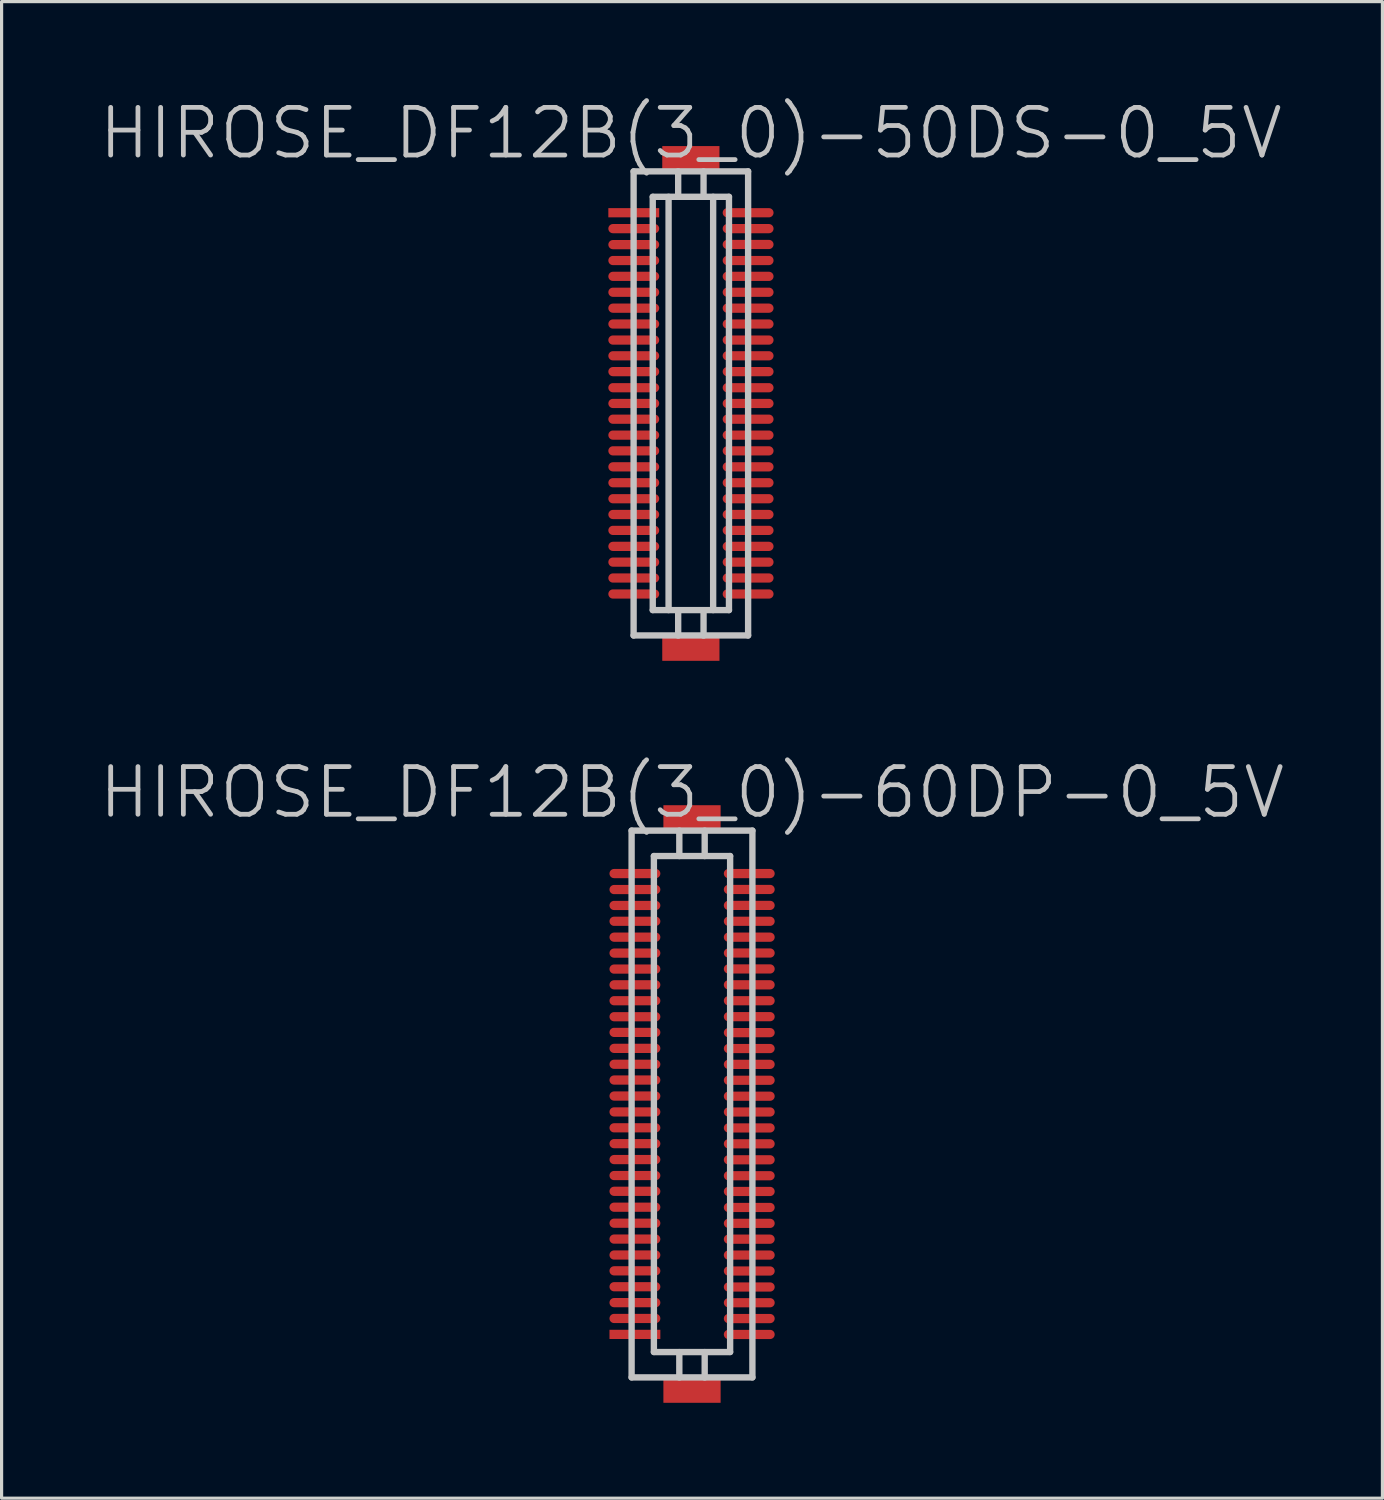
<source format=kicad_pcb>
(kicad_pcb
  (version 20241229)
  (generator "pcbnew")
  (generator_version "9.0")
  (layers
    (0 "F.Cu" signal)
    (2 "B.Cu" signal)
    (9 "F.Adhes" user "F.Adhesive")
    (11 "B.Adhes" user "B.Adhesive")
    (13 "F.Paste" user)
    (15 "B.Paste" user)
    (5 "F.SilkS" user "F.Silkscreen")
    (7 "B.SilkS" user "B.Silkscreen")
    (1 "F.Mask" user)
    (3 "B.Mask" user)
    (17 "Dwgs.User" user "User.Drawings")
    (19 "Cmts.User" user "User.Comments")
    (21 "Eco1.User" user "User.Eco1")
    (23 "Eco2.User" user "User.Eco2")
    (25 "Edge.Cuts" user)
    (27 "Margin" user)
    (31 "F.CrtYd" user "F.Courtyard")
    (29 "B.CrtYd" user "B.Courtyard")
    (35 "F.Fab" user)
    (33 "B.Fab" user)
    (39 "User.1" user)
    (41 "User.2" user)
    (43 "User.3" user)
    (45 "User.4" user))
  (footprint "HIROSE_DF12B(3_0)-60DP-0_5V"
    (layer "F.Cu")
    (at 18.718 31.678)
    (property "Reference" "HIROSE_DF12B(3_0)-60DP-0_5V" (at 0 -9.8 180) (layer "Dwgs.User") (effects (font (size 1.5 1.5) (thickness 0.15))))
    (attr smd)
    (fp_line (start -1.9 -8.6) (end -1.9 8.6) (stroke (width 0.2) (type solid)) (layer "Dwgs.User"))
    (fp_line (start -1.9 8.6) (end 1.9 8.6) (stroke (width 0.2) (type solid)) (layer "Dwgs.User"))
    (fp_line (start -1.199 -7.8) (end 1.199 -7.8) (stroke (width 0.2) (type solid)) (layer "Dwgs.User"))
    (fp_line (start -1.199 7.8) (end -1.199 -7.8) (stroke (width 0.2) (type solid)) (layer "Dwgs.User"))
    (fp_line (start -0.399 -7.8) (end -0.399 -8.6) (stroke (width 0.2) (type solid)) (layer "Dwgs.User"))
    (fp_line (start -0.399 8.603) (end -0.399 7.803) (stroke (width 0.2) (type solid)) (layer "Dwgs.User"))
    (fp_line (start 0.399 -7.8) (end 0.399 -8.6) (stroke (width 0.2) (type solid)) (layer "Dwgs.User"))
    (fp_line (start 0.399 7.803) (end 0.399 8.603) (stroke (width 0.2) (type solid)) (layer "Dwgs.User"))
    (fp_line (start 1.199 -7.8) (end 1.199 7.8) (stroke (width 0.2) (type solid)) (layer "Dwgs.User"))
    (fp_line (start 1.199 7.803) (end -1.199 7.803) (stroke (width 0.2) (type solid)) (layer "Dwgs.User"))
    (fp_line (start 1.9 -8.6) (end -1.9 -8.6) (stroke (width 0.2) (type solid)) (layer "Dwgs.User"))
    (fp_line (start 1.9 8.6) (end 1.9 -8.6) (stroke (width 0.2) (type solid)) (layer "Dwgs.User"))
    (pad "" smd rect (at 0 -8.999 270) (size 0.8 1.8) (layers "F.Cu" "F.Mask" "F.Paste"))
    (pad "" smd rect (at 0 8.999 270) (size 0.8 1.8) (layers "F.Cu" "F.Mask" "F.Paste"))
    (pad "1" smd rect (at -1.796 7.247 270) (size 0.29 1.6) (layers "F.Cu" "F.Mask" "F.Paste"))
    (pad "2" smd oval (at -1.796 6.746 270) (size 0.29 1.6) (layers "F.Cu" "F.Mask" "F.Paste"))
    (pad "3" smd oval (at -1.796 6.248 270) (size 0.29 1.6) (layers "F.Cu" "F.Mask" "F.Paste"))
    (pad "4" smd oval (at -1.796 5.748 270) (size 0.29 1.6) (layers "F.Cu" "F.Mask" "F.Paste"))
    (pad "5" smd oval (at -1.796 5.248 270) (size 0.29 1.6) (layers "F.Cu" "F.Mask" "F.Paste"))
    (pad "6" smd oval (at -1.796 4.75 270) (size 0.29 1.6) (layers "F.Cu" "F.Mask" "F.Paste"))
    (pad "7" smd oval (at -1.796 4.249 270) (size 0.29 1.6) (layers "F.Cu" "F.Mask" "F.Paste"))
    (pad "8" smd oval (at -1.796 3.749 270) (size 0.29 1.6) (layers "F.Cu" "F.Mask" "F.Paste"))
    (pad "9" smd oval (at -1.796 3.246 270) (size 0.29 1.6) (layers "F.Cu" "F.Mask" "F.Paste"))
    (pad "10" smd oval (at -1.796 2.746 270) (size 0.29 1.6) (layers "F.Cu" "F.Mask" "F.Paste"))
    (pad "11" smd oval (at -1.796 2.25 270) (size 0.29 1.6) (layers "F.Cu" "F.Mask" "F.Paste"))
    (pad "12" smd oval (at -1.796 1.748 270) (size 0.29 1.6) (layers "F.Cu" "F.Mask" "F.Paste"))
    (pad "13" smd oval (at -1.796 1.247 270) (size 0.29 1.6) (layers "F.Cu" "F.Mask" "F.Paste"))
    (pad "14" smd oval (at -1.796 0.749 270) (size 0.29 1.6) (layers "F.Cu" "F.Mask" "F.Paste"))
    (pad "15" smd oval (at -1.796 0.249 270) (size 0.29 1.6) (layers "F.Cu" "F.Mask" "F.Paste"))
    (pad "16" smd oval (at -1.796 -0.251 270) (size 0.29 1.6) (layers "F.Cu" "F.Mask" "F.Paste"))
    (pad "17" smd oval (at -1.796 -0.754 270) (size 0.29 1.6) (layers "F.Cu" "F.Mask" "F.Paste"))
    (pad "18" smd oval (at -1.796 -1.25 270) (size 0.29 1.6) (layers "F.Cu" "F.Mask" "F.Paste"))
    (pad "19" smd oval (at -1.796 -1.75 270) (size 0.29 1.6) (layers "F.Cu" "F.Mask" "F.Paste"))
    (pad "20" smd oval (at -1.796 -2.253 270) (size 0.29 1.6) (layers "F.Cu" "F.Mask" "F.Paste"))
    (pad "21" smd oval (at -1.796 -2.746 270) (size 0.29 1.6) (layers "F.Cu" "F.Mask" "F.Paste"))
    (pad "22" smd oval (at -1.796 -3.249 270) (size 0.29 1.6) (layers "F.Cu" "F.Mask" "F.Paste"))
    (pad "23" smd oval (at -1.796 -3.749 270) (size 0.29 1.6) (layers "F.Cu" "F.Mask" "F.Paste"))
    (pad "24" smd oval (at -1.796 -4.244 270) (size 0.29 1.6) (layers "F.Cu" "F.Mask" "F.Paste"))
    (pad "25" smd oval (at -1.796 -4.747 270) (size 0.29 1.6) (layers "F.Cu" "F.Mask" "F.Paste"))
    (pad "26" smd oval (at -1.796 -5.248 270) (size 0.29 1.6) (layers "F.Cu" "F.Mask" "F.Paste"))
    (pad "27" smd oval (at -1.796 -5.748 270) (size 0.29 1.6) (layers "F.Cu" "F.Mask" "F.Paste"))
    (pad "28" smd oval (at -1.796 -6.246 270) (size 0.29 1.6) (layers "F.Cu" "F.Mask" "F.Paste"))
    (pad "29" smd oval (at -1.796 -6.746 270) (size 0.29 1.6) (layers "F.Cu" "F.Mask" "F.Paste"))
    (pad "30" smd oval (at -1.796 -7.249 270) (size 0.29 1.6) (layers "F.Cu" "F.Mask" "F.Paste"))
    (pad "31" smd oval (at 1.801 -7.249 270) (size 0.29 1.6) (layers "F.Cu" "F.Mask" "F.Paste"))
    (pad "32" smd oval (at 1.801 -6.749 270) (size 0.29 1.6) (layers "F.Cu" "F.Mask" "F.Paste"))
    (pad "33" smd oval (at 1.801 -6.248 270) (size 0.29 1.6) (layers "F.Cu" "F.Mask" "F.Paste"))
    (pad "34" smd oval (at 1.801 -5.748 270) (size 0.29 1.6) (layers "F.Cu" "F.Mask" "F.Paste"))
    (pad "35" smd oval (at 1.801 -5.248 270) (size 0.29 1.6) (layers "F.Cu" "F.Mask" "F.Paste"))
    (pad "36" smd oval (at 1.801 -4.75 270) (size 0.29 1.6) (layers "F.Cu" "F.Mask" "F.Paste"))
    (pad "37" smd oval (at 1.801 -4.249 270) (size 0.29 1.6) (layers "F.Cu" "F.Mask" "F.Paste"))
    (pad "38" smd oval (at 1.801 -3.749 270) (size 0.29 1.6) (layers "F.Cu" "F.Mask" "F.Paste"))
    (pad "39" smd oval (at 1.801 -3.249 270) (size 0.29 1.6) (layers "F.Cu" "F.Mask" "F.Paste"))
    (pad "40" smd oval (at 1.801 -2.748 270) (size 0.29 1.6) (layers "F.Cu" "F.Mask" "F.Paste"))
    (pad "41" smd oval (at 1.801 -2.245 270) (size 0.29 1.6) (layers "F.Cu" "F.Mask" "F.Paste"))
    (pad "42" smd oval (at 1.801 -1.745 270) (size 0.29 1.6) (layers "F.Cu" "F.Mask" "F.Paste"))
    (pad "43" smd oval (at 1.801 -1.247 270) (size 0.29 1.6) (layers "F.Cu" "F.Mask" "F.Paste"))
    (pad "44" smd oval (at 1.801 -0.747 270) (size 0.29 1.6) (layers "F.Cu" "F.Mask" "F.Paste"))
    (pad "45" smd oval (at 1.801 -0.246 270) (size 0.29 1.6) (layers "F.Cu" "F.Mask" "F.Paste"))
    (pad "46" smd oval (at 1.801 0.251 270) (size 0.29 1.6) (layers "F.Cu" "F.Mask" "F.Paste"))
    (pad "47" smd oval (at 1.801 0.752 270) (size 0.29 1.6) (layers "F.Cu" "F.Mask" "F.Paste"))
    (pad "48" smd oval (at 1.801 1.252 270) (size 0.29 1.6) (layers "F.Cu" "F.Mask" "F.Paste"))
    (pad "49" smd oval (at 1.801 1.755 270) (size 0.29 1.6) (layers "F.Cu" "F.Mask" "F.Paste"))
    (pad "50" smd oval (at 1.801 2.256 270) (size 0.29 1.6) (layers "F.Cu" "F.Mask" "F.Paste"))
    (pad "51" smd oval (at 1.801 2.751 270) (size 0.29 1.6) (layers "F.Cu" "F.Mask" "F.Paste"))
    (pad "52" smd oval (at 1.801 3.254 270) (size 0.29 1.6) (layers "F.Cu" "F.Mask" "F.Paste"))
    (pad "53" smd oval (at 1.801 3.754 270) (size 0.29 1.6) (layers "F.Cu" "F.Mask" "F.Paste"))
    (pad "54" smd oval (at 1.801 4.252 270) (size 0.29 1.6) (layers "F.Cu" "F.Mask" "F.Paste"))
    (pad "55" smd oval (at 1.801 4.752 270) (size 0.29 1.6) (layers "F.Cu" "F.Mask" "F.Paste"))
    (pad "56" smd oval (at 1.801 5.253 270) (size 0.29 1.6) (layers "F.Cu" "F.Mask" "F.Paste"))
    (pad "57" smd oval (at 1.801 5.756 270) (size 0.29 1.6) (layers "F.Cu" "F.Mask" "F.Paste"))
    (pad "58" smd oval (at 1.801 6.251 270) (size 0.29 1.6) (layers "F.Cu" "F.Mask" "F.Paste"))
    (pad "59" smd oval (at 1.801 6.749 270) (size 0.29 1.6) (layers "F.Cu" "F.Mask" "F.Paste"))
    (pad "60" smd oval (at 1.801 7.249 270) (size 0.29 1.6) (layers "F.Cu" "F.Mask" "F.Paste")))
  (footprint "HIROSE_DF12B(3_0)-50DS-0_5V"
    (layer "F.Cu")
    (at 18.682 9.641)
    (property "Reference" "HIROSE_DF12B(3_0)-50DS-0_5V" (at 0 -8.5 180) (layer "Dwgs.User") (effects (font (size 1.5 1.5) (thickness 0.15))))
    (attr smd)
    (fp_line (start -1.801 -7.3) (end -1.801 7.3) (stroke (width 0.2) (type solid)) (layer "Dwgs.User"))
    (fp_line (start -1.801 -7.3) (end 1.801 -7.3) (stroke (width 0.2) (type solid)) (layer "Dwgs.User"))
    (fp_line (start -1.199 -6.5) (end 1.199 -6.5) (stroke (width 0.2) (type solid)) (layer "Dwgs.User"))
    (fp_line (start -1.199 6.5) (end -1.199 -6.5) (stroke (width 0.2) (type solid)) (layer "Dwgs.User"))
    (fp_line (start -0.701 -6.5) (end -0.701 6.5) (stroke (width 0.2) (type solid)) (layer "Dwgs.User"))
    (fp_line (start -0.399 -6.5) (end -0.399 -7.3) (stroke (width 0.2) (type solid)) (layer "Dwgs.User"))
    (fp_line (start -0.399 7.303) (end -0.399 6.502) (stroke (width 0.2) (type solid)) (layer "Dwgs.User"))
    (fp_line (start 0.399 -6.5) (end 0.399 -7.3) (stroke (width 0.2) (type solid)) (layer "Dwgs.User"))
    (fp_line (start 0.399 6.502) (end 0.399 7.303) (stroke (width 0.2) (type solid)) (layer "Dwgs.User"))
    (fp_line (start 0.701 -6.5) (end 0.701 6.5) (stroke (width 0.2) (type solid)) (layer "Dwgs.User"))
    (fp_line (start 1.199 -6.5) (end 1.199 6.5) (stroke (width 0.2) (type solid)) (layer "Dwgs.User"))
    (fp_line (start 1.199 6.5) (end -1.199 6.5) (stroke (width 0.2) (type solid)) (layer "Dwgs.User"))
    (fp_line (start 1.801 7.297) (end -1.801 7.297) (stroke (width 0.2) (type solid)) (layer "Dwgs.User"))
    (fp_line (start 1.801 7.3) (end 1.801 -7.3) (stroke (width 0.2) (type solid)) (layer "Dwgs.User"))
    (pad "" smd rect (at 0 -7.696 270) (size 0.8 1.8) (layers "F.Cu" "F.Mask" "F.Paste"))
    (pad "" smd rect (at 0 7.696 270) (size 0.8 1.8) (layers "F.Cu" "F.Mask" "F.Paste"))
    (pad "1" smd rect (at -1.796 -5.999 270) (size 0.29 1.6) (layers "F.Cu" "F.Mask" "F.Paste"))
    (pad "2" smd oval (at -1.796 -5.499 270) (size 0.29 1.6) (layers "F.Cu" "F.Mask" "F.Paste"))
    (pad "3" smd oval (at -1.796 -4.996 270) (size 0.29 1.6) (layers "F.Cu" "F.Mask" "F.Paste"))
    (pad "4" smd oval (at -1.796 -4.496 270) (size 0.29 1.6) (layers "F.Cu" "F.Mask" "F.Paste"))
    (pad "5" smd oval (at -1.796 -3.998 270) (size 0.29 1.6) (layers "F.Cu" "F.Mask" "F.Paste"))
    (pad "6" smd oval (at -1.796 -3.498 270) (size 0.29 1.6) (layers "F.Cu" "F.Mask" "F.Paste"))
    (pad "7" smd oval (at -1.796 -2.997 270) (size 0.29 1.6) (layers "F.Cu" "F.Mask" "F.Paste"))
    (pad "8" smd oval (at -1.796 -2.499 270) (size 0.29 1.6) (layers "F.Cu" "F.Mask" "F.Paste"))
    (pad "9" smd oval (at -1.796 -1.994 270) (size 0.29 1.6) (layers "F.Cu" "F.Mask" "F.Paste"))
    (pad "10" smd oval (at -1.796 -1.499 270) (size 0.29 1.6) (layers "F.Cu" "F.Mask" "F.Paste"))
    (pad "11" smd oval (at -1.796 -1.001 270) (size 0.29 1.6) (layers "F.Cu" "F.Mask" "F.Paste"))
    (pad "12" smd oval (at -1.796 -0.495 270) (size 0.29 1.6) (layers "F.Cu" "F.Mask" "F.Paste"))
    (pad "13" smd oval (at -1.796 0 270) (size 0.29 1.6) (layers "F.Cu" "F.Mask" "F.Paste"))
    (pad "14" smd oval (at -1.796 0.495 270) (size 0.29 1.6) (layers "F.Cu" "F.Mask" "F.Paste"))
    (pad "15" smd oval (at -1.796 0.996 270) (size 0.29 1.6) (layers "F.Cu" "F.Mask" "F.Paste"))
    (pad "16" smd oval (at -1.796 1.491 270) (size 0.29 1.6) (layers "F.Cu" "F.Mask" "F.Paste"))
    (pad "17" smd oval (at -1.796 1.994 270) (size 0.29 1.6) (layers "F.Cu" "F.Mask" "F.Paste"))
    (pad "18" smd oval (at -1.796 2.494 270) (size 0.29 1.6) (layers "F.Cu" "F.Mask" "F.Paste"))
    (pad "19" smd oval (at -1.796 2.997 270) (size 0.29 1.6) (layers "F.Cu" "F.Mask" "F.Paste"))
    (pad "20" smd oval (at -1.796 3.493 270) (size 0.29 1.6) (layers "F.Cu" "F.Mask" "F.Paste"))
    (pad "21" smd oval (at -1.796 3.993 270) (size 0.29 1.6) (layers "F.Cu" "F.Mask" "F.Paste"))
    (pad "22" smd oval (at -1.796 4.496 270) (size 0.29 1.6) (layers "F.Cu" "F.Mask" "F.Paste"))
    (pad "23" smd oval (at -1.796 4.991 270) (size 0.29 1.6) (layers "F.Cu" "F.Mask" "F.Paste"))
    (pad "24" smd oval (at -1.796 5.491 270) (size 0.29 1.6) (layers "F.Cu" "F.Mask" "F.Paste"))
    (pad "25" smd oval (at -1.796 5.994 270) (size 0.29 1.6) (layers "F.Cu" "F.Mask" "F.Paste"))
    (pad "26" smd oval (at 1.801 5.994 270) (size 0.29 1.6) (layers "F.Cu" "F.Mask" "F.Paste"))
    (pad "27" smd oval (at 1.801 5.491 270) (size 0.29 1.6) (layers "F.Cu" "F.Mask" "F.Paste"))
    (pad "28" smd oval (at 1.801 4.991 270) (size 0.29 1.6) (layers "F.Cu" "F.Mask" "F.Paste"))
    (pad "29" smd oval (at 1.801 4.496 270) (size 0.29 1.6) (layers "F.Cu" "F.Mask" "F.Paste"))
    (pad "30" smd oval (at 1.801 3.993 270) (size 0.29 1.6) (layers "F.Cu" "F.Mask" "F.Paste"))
    (pad "31" smd oval (at 1.801 3.493 270) (size 0.29 1.6) (layers "F.Cu" "F.Mask" "F.Paste"))
    (pad "32" smd oval (at 1.801 2.997 270) (size 0.29 1.6) (layers "F.Cu" "F.Mask" "F.Paste"))
    (pad "33" smd oval (at 1.801 2.494 270) (size 0.29 1.6) (layers "F.Cu" "F.Mask" "F.Paste"))
    (pad "34" smd oval (at 1.801 1.994 270) (size 0.29 1.6) (layers "F.Cu" "F.Mask" "F.Paste"))
    (pad "35" smd oval (at 1.801 1.491 270) (size 0.29 1.6) (layers "F.Cu" "F.Mask" "F.Paste"))
    (pad "36" smd oval (at 1.801 0.996 270) (size 0.29 1.6) (layers "F.Cu" "F.Mask" "F.Paste"))
    (pad "37" smd oval (at 1.801 0.495 270) (size 0.29 1.6) (layers "F.Cu" "F.Mask" "F.Paste"))
    (pad "38" smd oval (at 1.801 0 270) (size 0.29 1.6) (layers "F.Cu" "F.Mask" "F.Paste"))
    (pad "39" smd oval (at 1.801 -0.495 270) (size 0.29 1.6) (layers "F.Cu" "F.Mask" "F.Paste"))
    (pad "40" smd oval (at 1.801 -1.001 270) (size 0.29 1.6) (layers "F.Cu" "F.Mask" "F.Paste"))
    (pad "41" smd oval (at 1.801 -1.499 270) (size 0.29 1.6) (layers "F.Cu" "F.Mask" "F.Paste"))
    (pad "42" smd oval (at 1.801 -1.994 270) (size 0.29 1.6) (layers "F.Cu" "F.Mask" "F.Paste"))
    (pad "43" smd oval (at 1.801 -2.499 270) (size 0.29 1.6) (layers "F.Cu" "F.Mask" "F.Paste"))
    (pad "44" smd oval (at 1.801 -2.997 270) (size 0.29 1.6) (layers "F.Cu" "F.Mask" "F.Paste"))
    (pad "45" smd oval (at 1.801 -3.498 270) (size 0.29 1.6) (layers "F.Cu" "F.Mask" "F.Paste"))
    (pad "46" smd oval (at 1.801 -3.998 270) (size 0.29 1.6) (layers "F.Cu" "F.Mask" "F.Paste"))
    (pad "47" smd oval (at 1.801 -4.496 270) (size 0.29 1.6) (layers "F.Cu" "F.Mask" "F.Paste"))
    (pad "48" smd oval (at 1.801 -5.001 270) (size 0.29 1.6) (layers "F.Cu" "F.Mask" "F.Paste"))
    (pad "49" smd oval (at 1.801 -5.499 270) (size 0.29 1.6) (layers "F.Cu" "F.Mask" "F.Paste"))
    (pad "50" smd oval (at 1.801 -5.999 270) (size 0.29 1.6) (layers "F.Cu" "F.Mask" "F.Paste")))
  (gr_rect
    (start -3 -3)
    (end 40.436 44.077)
    (stroke (width 0.1) (type default))
    (fill no)
    (layer "Edge.Cuts")))
</source>
